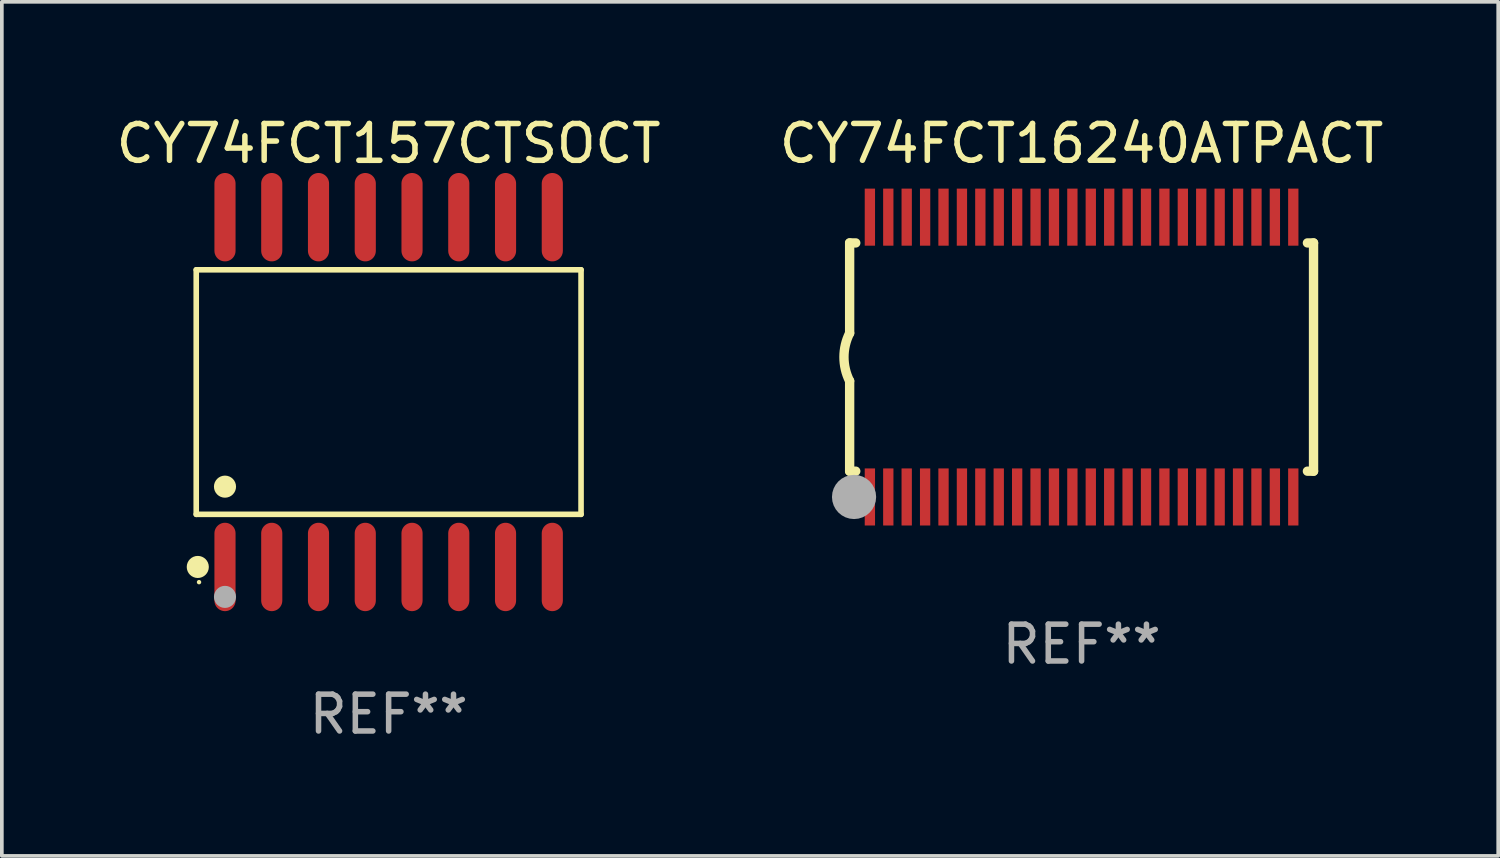
<source format=kicad_pcb>
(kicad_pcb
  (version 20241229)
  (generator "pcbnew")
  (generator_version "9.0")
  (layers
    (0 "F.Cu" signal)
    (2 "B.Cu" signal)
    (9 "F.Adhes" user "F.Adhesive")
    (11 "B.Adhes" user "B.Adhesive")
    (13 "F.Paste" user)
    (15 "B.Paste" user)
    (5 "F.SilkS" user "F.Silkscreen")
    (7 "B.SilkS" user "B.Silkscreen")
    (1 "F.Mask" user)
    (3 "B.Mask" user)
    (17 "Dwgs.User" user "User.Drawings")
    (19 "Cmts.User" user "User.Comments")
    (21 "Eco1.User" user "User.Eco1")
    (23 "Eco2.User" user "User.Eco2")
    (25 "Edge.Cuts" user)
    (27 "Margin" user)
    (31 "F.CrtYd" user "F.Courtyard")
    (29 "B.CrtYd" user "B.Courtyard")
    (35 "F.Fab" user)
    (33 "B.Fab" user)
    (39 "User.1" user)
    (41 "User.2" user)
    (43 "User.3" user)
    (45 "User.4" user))
  (footprint "CY74FCT157CTSOCT"
    (layer "F.Cu")
    (at 7.506 7.599)
    (property "Reference" "CY74FCT157CTSOCT" (at 0 -6.75 0) (layer "F.SilkS") (effects (font (size 1 1) (thickness 0.15))))
    (attr through_hole)
    (fp_line (start -5.226 -3.321) (end 5.226 -3.321) (stroke (width 0.152) (type solid)) (layer "F.SilkS"))
    (fp_line (start -5.226 3.321) (end -5.226 -3.321) (stroke (width 0.152) (type solid)) (layer "F.SilkS"))
    (fp_line (start 5.226 -3.321) (end 5.226 3.321) (stroke (width 0.152) (type solid)) (layer "F.SilkS"))
    (fp_line (start 5.226 3.321) (end -5.226 3.321) (stroke (width 0.152) (type solid)) (layer "F.SilkS"))
    (fp_circle (center -5.184 4.75) (end -5.034 4.75) (stroke (width 0.3) (type solid)) (fill no) (layer "F.SilkS"))
    (fp_circle (center -5.15 5.163) (end -5.12 5.163) (stroke (width 0.06) (type solid)) (fill no) (layer "F.SilkS"))
    (fp_circle (center -4.445 2.569) (end -4.295 2.569) (stroke (width 0.3) (type solid)) (fill no) (layer "F.SilkS"))
    (fp_circle (center -4.445 5.563) (end -4.295 5.563) (stroke (width 0.3) (type solid)) (fill no) (layer "F.Fab"))
    (fp_text user "REF**" (at 0 8.75 0) (layer "F.Fab") (effects (font (size 1 1) (thickness 0.15))))
    (pad "1" smd oval (at -4.445 4.75) (size 0.574 2.401) (layers "F.Cu" "F.Mask" "F.Paste"))
    (pad "2" smd oval (at -3.175 4.75) (size 0.574 2.401) (layers "F.Cu" "F.Mask" "F.Paste"))
    (pad "3" smd oval (at -1.905 4.75) (size 0.574 2.401) (layers "F.Cu" "F.Mask" "F.Paste"))
    (pad "4" smd oval (at -0.635 4.75) (size 0.574 2.401) (layers "F.Cu" "F.Mask" "F.Paste"))
    (pad "5" smd oval (at 0.635 4.75) (size 0.574 2.401) (layers "F.Cu" "F.Mask" "F.Paste"))
    (pad "6" smd oval (at 1.905 4.75) (size 0.574 2.401) (layers "F.Cu" "F.Mask" "F.Paste"))
    (pad "7" smd oval (at 3.175 4.75) (size 0.574 2.401) (layers "F.Cu" "F.Mask" "F.Paste"))
    (pad "8" smd oval (at 4.445 4.75) (size 0.574 2.401) (layers "F.Cu" "F.Mask" "F.Paste"))
    (pad "9" smd oval (at 4.445 -4.75) (size 0.574 2.401) (layers "F.Cu" "F.Mask" "F.Paste"))
    (pad "10" smd oval (at 3.175 -4.75) (size 0.574 2.401) (layers "F.Cu" "F.Mask" "F.Paste"))
    (pad "11" smd oval (at 1.905 -4.75) (size 0.574 2.401) (layers "F.Cu" "F.Mask" "F.Paste"))
    (pad "12" smd oval (at 0.635 -4.75) (size 0.574 2.401) (layers "F.Cu" "F.Mask" "F.Paste"))
    (pad "13" smd oval (at -0.635 -4.75) (size 0.574 2.401) (layers "F.Cu" "F.Mask" "F.Paste"))
    (pad "14" smd oval (at -1.905 -4.75) (size 0.574 2.401) (layers "F.Cu" "F.Mask" "F.Paste"))
    (pad "15" smd oval (at -3.175 -4.75) (size 0.574 2.401) (layers "F.Cu" "F.Mask" "F.Paste"))
    (pad "16" smd oval (at -4.445 -4.75) (size 0.574 2.401) (layers "F.Cu" "F.Mask" "F.Paste")))
  (footprint "CY74FCT16240ATPACT"
    (layer "F.Cu")
    (at 26.327 6.648)
    (property "Reference" "CY74FCT16240ATPACT" (at 0 -5.8 0) (layer "F.SilkS") (effects (font (size 1 1) (thickness 0.15))))
    (attr through_hole)
    (fp_line (start -6.3 -3.1) (end -6.3 -0.65) (stroke (width 0.254) (type solid)) (layer "F.SilkS"))
    (fp_line (start -6.3 -3.1) (end -6.134 -3.1) (stroke (width 0.254) (type solid)) (layer "F.SilkS"))
    (fp_line (start -6.3 3.1) (end -6.3 0.65) (stroke (width 0.254) (type solid)) (layer "F.SilkS"))
    (fp_line (start -6.3 3.1) (end -6.134 3.1) (stroke (width 0.254) (type solid)) (layer "F.SilkS"))
    (fp_line (start 6.134 -3.1) (end 6.3 -3.1) (stroke (width 0.254) (type solid)) (layer "F.SilkS"))
    (fp_line (start 6.134 3.1) (end 6.3 3.1) (stroke (width 0.254) (type solid)) (layer "F.SilkS"))
    (fp_line (start 6.3 -3.1) (end 6.3 3.1) (stroke (width 0.254) (type solid)) (layer "F.SilkS"))
    (fp_arc (start -6.301016 0.650114) (mid -6.45413 -0.000082) (end -6.3 -0.650038) (stroke (width 0.254001) (type solid)) (layer "F.SilkS"))
    (fp_circle (center -6.35 3.81) (end -6.223 3.81) (stroke (width 0.254) (type solid)) (fill no) (layer "F.SilkS"))
    (fp_circle (center -6.25 4.05) (end -6.22 4.05) (stroke (width 0.06) (type solid)) (fill no) (layer "F.SilkS"))
    (fp_circle (center -6.18 3.8) (end -5.88 3.8) (stroke (width 0.6) (type solid)) (fill no) (layer "F.Fab"))
    (fp_text user "REF**" (at 0 7.8 0) (layer "F.Fab") (effects (font (size 1 1) (thickness 0.15))))
    (pad "1" smd rect (at -5.75 3.8) (size 0.28 1.55) (layers "F.Cu" "F.Mask" "F.Paste"))
    (pad "2" smd rect (at -5.25 3.8) (size 0.28 1.55) (layers "F.Cu" "F.Mask" "F.Paste"))
    (pad "3" smd rect (at -4.75 3.8) (size 0.28 1.55) (layers "F.Cu" "F.Mask" "F.Paste"))
    (pad "4" smd rect (at -4.25 3.8) (size 0.28 1.55) (layers "F.Cu" "F.Mask" "F.Paste"))
    (pad "5" smd rect (at -3.75 3.8) (size 0.28 1.55) (layers "F.Cu" "F.Mask" "F.Paste"))
    (pad "6" smd rect (at -3.25 3.8) (size 0.28 1.55) (layers "F.Cu" "F.Mask" "F.Paste"))
    (pad "7" smd rect (at -2.75 3.8) (size 0.28 1.55) (layers "F.Cu" "F.Mask" "F.Paste"))
    (pad "8" smd rect (at -2.25 3.8) (size 0.28 1.55) (layers "F.Cu" "F.Mask" "F.Paste"))
    (pad "9" smd rect (at -1.75 3.8) (size 0.28 1.55) (layers "F.Cu" "F.Mask" "F.Paste"))
    (pad "10" smd rect (at -1.25 3.8) (size 0.28 1.55) (layers "F.Cu" "F.Mask" "F.Paste"))
    (pad "11" smd rect (at -0.75 3.8) (size 0.28 1.55) (layers "F.Cu" "F.Mask" "F.Paste"))
    (pad "12" smd rect (at -0.25 3.8) (size 0.28 1.55) (layers "F.Cu" "F.Mask" "F.Paste"))
    (pad "13" smd rect (at 0.25 3.8) (size 0.28 1.55) (layers "F.Cu" "F.Mask" "F.Paste"))
    (pad "14" smd rect (at 0.75 3.8) (size 0.28 1.55) (layers "F.Cu" "F.Mask" "F.Paste"))
    (pad "15" smd rect (at 1.25 3.8) (size 0.28 1.55) (layers "F.Cu" "F.Mask" "F.Paste"))
    (pad "16" smd rect (at 1.75 3.8) (size 0.28 1.55) (layers "F.Cu" "F.Mask" "F.Paste"))
    (pad "17" smd rect (at 2.25 3.8) (size 0.28 1.55) (layers "F.Cu" "F.Mask" "F.Paste"))
    (pad "18" smd rect (at 2.75 3.8) (size 0.28 1.55) (layers "F.Cu" "F.Mask" "F.Paste"))
    (pad "19" smd rect (at 3.25 3.8) (size 0.28 1.55) (layers "F.Cu" "F.Mask" "F.Paste"))
    (pad "20" smd rect (at 3.75 3.8) (size 0.28 1.55) (layers "F.Cu" "F.Mask" "F.Paste"))
    (pad "21" smd rect (at 4.25 3.8) (size 0.28 1.55) (layers "F.Cu" "F.Mask" "F.Paste"))
    (pad "22" smd rect (at 4.75 3.8) (size 0.28 1.55) (layers "F.Cu" "F.Mask" "F.Paste"))
    (pad "23" smd rect (at 5.25 3.8) (size 0.28 1.55) (layers "F.Cu" "F.Mask" "F.Paste"))
    (pad "24" smd rect (at 5.75 3.8) (size 0.28 1.55) (layers "F.Cu" "F.Mask" "F.Paste"))
    (pad "25" smd rect (at 5.75 -3.8) (size 0.28 1.55) (layers "F.Cu" "F.Mask" "F.Paste"))
    (pad "26" smd rect (at 5.25 -3.8) (size 0.28 1.55) (layers "F.Cu" "F.Mask" "F.Paste"))
    (pad "27" smd rect (at 4.75 -3.8) (size 0.28 1.55) (layers "F.Cu" "F.Mask" "F.Paste"))
    (pad "28" smd rect (at 4.25 -3.8) (size 0.28 1.55) (layers "F.Cu" "F.Mask" "F.Paste"))
    (pad "29" smd rect (at 3.75 -3.8) (size 0.28 1.55) (layers "F.Cu" "F.Mask" "F.Paste"))
    (pad "30" smd rect (at 3.25 -3.8) (size 0.28 1.55) (layers "F.Cu" "F.Mask" "F.Paste"))
    (pad "31" smd rect (at 2.75 -3.8) (size 0.28 1.55) (layers "F.Cu" "F.Mask" "F.Paste"))
    (pad "32" smd rect (at 2.25 -3.8) (size 0.28 1.55) (layers "F.Cu" "F.Mask" "F.Paste"))
    (pad "33" smd rect (at 1.75 -3.8) (size 0.28 1.55) (layers "F.Cu" "F.Mask" "F.Paste"))
    (pad "34" smd rect (at 1.25 -3.8) (size 0.28 1.55) (layers "F.Cu" "F.Mask" "F.Paste"))
    (pad "35" smd rect (at 0.75 -3.8) (size 0.28 1.55) (layers "F.Cu" "F.Mask" "F.Paste"))
    (pad "36" smd rect (at 0.25 -3.8) (size 0.28 1.55) (layers "F.Cu" "F.Mask" "F.Paste"))
    (pad "37" smd rect (at -0.25 -3.8) (size 0.28 1.55) (layers "F.Cu" "F.Mask" "F.Paste"))
    (pad "38" smd rect (at -0.75 -3.8) (size 0.28 1.55) (layers "F.Cu" "F.Mask" "F.Paste"))
    (pad "39" smd rect (at -1.25 -3.8) (size 0.28 1.55) (layers "F.Cu" "F.Mask" "F.Paste"))
    (pad "40" smd rect (at -1.75 -3.8) (size 0.28 1.55) (layers "F.Cu" "F.Mask" "F.Paste"))
    (pad "41" smd rect (at -2.25 -3.8) (size 0.28 1.55) (layers "F.Cu" "F.Mask" "F.Paste"))
    (pad "42" smd rect (at -2.75 -3.8) (size 0.28 1.55) (layers "F.Cu" "F.Mask" "F.Paste"))
    (pad "43" smd rect (at -3.25 -3.8) (size 0.28 1.55) (layers "F.Cu" "F.Mask" "F.Paste"))
    (pad "44" smd rect (at -3.75 -3.8) (size 0.28 1.55) (layers "F.Cu" "F.Mask" "F.Paste"))
    (pad "45" smd rect (at -4.25 -3.8) (size 0.28 1.55) (layers "F.Cu" "F.Mask" "F.Paste"))
    (pad "46" smd rect (at -4.75 -3.8) (size 0.28 1.55) (layers "F.Cu" "F.Mask" "F.Paste"))
    (pad "47" smd rect (at -5.25 -3.8) (size 0.28 1.55) (layers "F.Cu" "F.Mask" "F.Paste"))
    (pad "48" smd rect (at -5.75 -3.8) (size 0.28 1.55) (layers "F.Cu" "F.Mask" "F.Paste")))
  (gr_rect
    (start -3 -3)
    (end 37.643 20.197)
    (stroke (width 0.1) (type default))
    (fill no)
    (layer "Edge.Cuts")))
</source>
